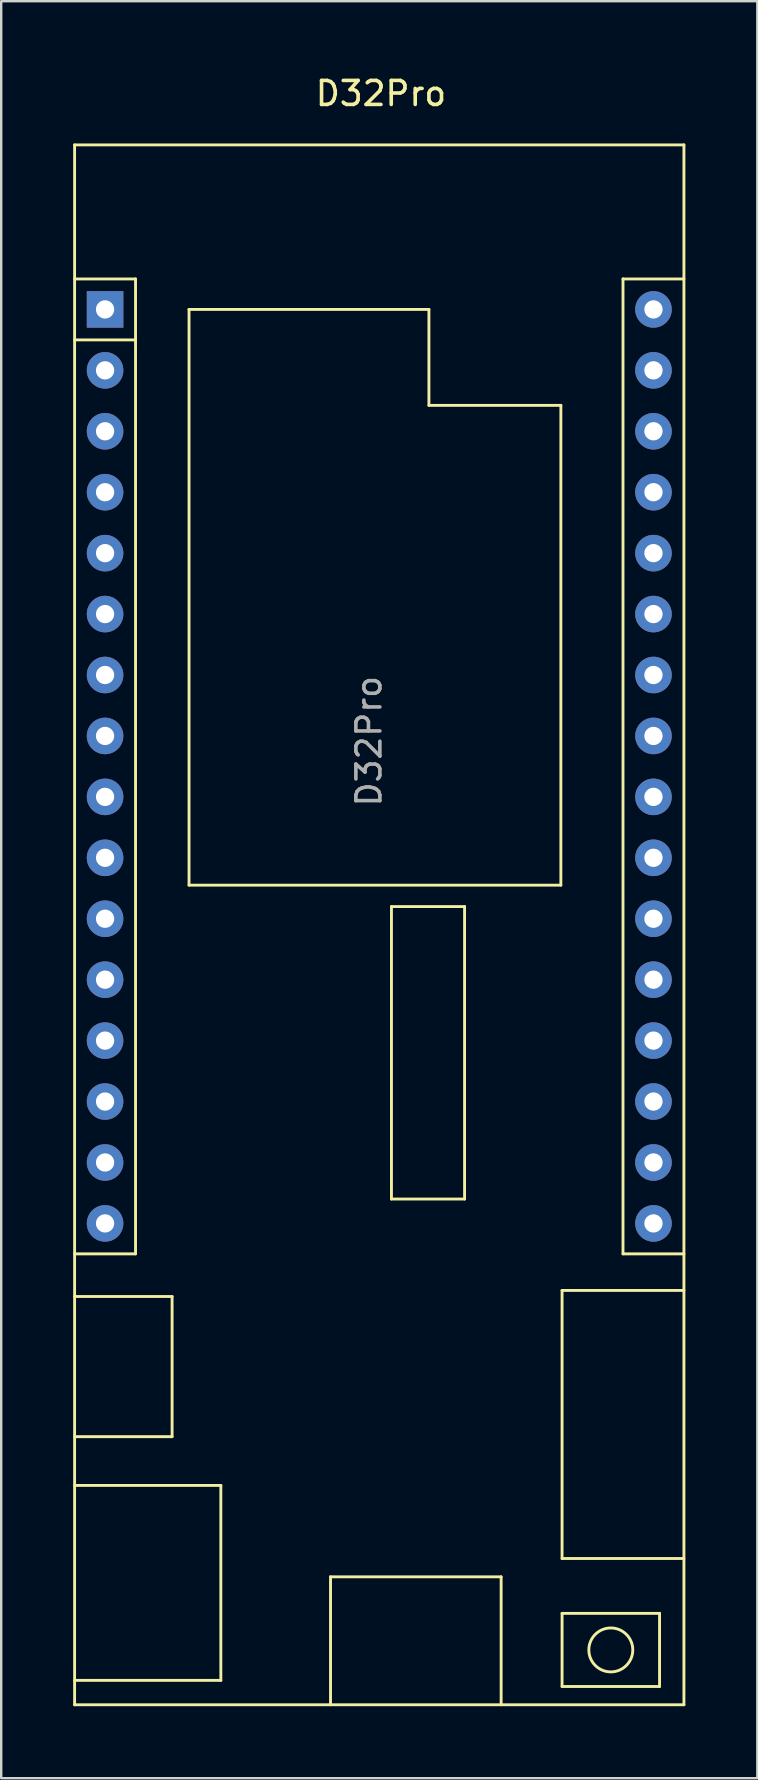
<source format=kicad_pcb>
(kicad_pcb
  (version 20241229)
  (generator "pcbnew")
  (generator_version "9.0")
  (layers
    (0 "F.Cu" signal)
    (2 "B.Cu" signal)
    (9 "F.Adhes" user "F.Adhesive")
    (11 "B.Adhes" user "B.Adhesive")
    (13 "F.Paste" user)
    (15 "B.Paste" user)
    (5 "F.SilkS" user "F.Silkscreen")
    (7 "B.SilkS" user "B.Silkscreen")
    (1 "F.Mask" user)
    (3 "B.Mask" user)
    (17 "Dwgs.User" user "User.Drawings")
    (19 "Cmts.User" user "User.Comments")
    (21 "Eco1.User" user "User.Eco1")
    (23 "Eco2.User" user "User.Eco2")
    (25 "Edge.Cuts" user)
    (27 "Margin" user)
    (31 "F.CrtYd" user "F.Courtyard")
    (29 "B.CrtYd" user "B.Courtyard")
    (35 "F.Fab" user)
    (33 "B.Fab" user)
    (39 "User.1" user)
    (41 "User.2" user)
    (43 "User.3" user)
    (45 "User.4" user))
  (footprint "D32Pro"
    (layer "F.Cu")
    (at 1.33 9.848)
    (property "Reference" "D32Pro" (at 11.5 -9 0) (layer "F.SilkS") (effects (font (size 1 1) (thickness 0.15))))
    (attr through_hole)
    (fp_line (start -1.27 -6.858) (end -1.27 58.166) (stroke (width 0.12) (type solid)) (layer "F.SilkS"))
    (fp_line (start -1.27 -6.858) (end 24.13 -6.858) (stroke (width 0.12) (type solid)) (layer "F.SilkS"))
    (fp_line (start -1.27 39.37) (end 1.27 39.37) (stroke (width 0.12) (type solid)) (layer "F.SilkS"))
    (fp_line (start -1.27 41.148) (end 2.794 41.148) (stroke (width 0.12) (type solid)) (layer "F.SilkS"))
    (fp_line (start -1.27 49.022) (end 4.826 49.022) (stroke (width 0.12) (type solid)) (layer "F.SilkS"))
    (fp_line (start -1.27 58.166) (end 24.13 58.166) (stroke (width 0.12) (type solid)) (layer "F.SilkS"))
    (fp_line (start 1.27 -1.27) (end -1.27 -1.27) (stroke (width 0.12) (type solid)) (layer "F.SilkS"))
    (fp_line (start 1.27 1.27) (end -1.27 1.27) (stroke (width 0.12) (type solid)) (layer "F.SilkS"))
    (fp_line (start 1.27 39.37) (end 1.27 -1.27) (stroke (width 0.12) (type solid)) (layer "F.SilkS"))
    (fp_line (start 2.794 41.148) (end 2.794 46.99) (stroke (width 0.12) (type solid)) (layer "F.SilkS"))
    (fp_line (start 2.794 46.99) (end -1.27 46.99) (stroke (width 0.12) (type solid)) (layer "F.SilkS"))
    (fp_line (start 3.5 0) (end 13.5 0) (stroke (width 0.12) (type solid)) (layer "F.SilkS"))
    (fp_line (start 3.5 24) (end 3.5 0) (stroke (width 0.12) (type solid)) (layer "F.SilkS"))
    (fp_line (start 4.826 49.022) (end 4.826 57.15) (stroke (width 0.12) (type solid)) (layer "F.SilkS"))
    (fp_line (start 4.826 57.15) (end -1.27 57.15) (stroke (width 0.12) (type solid)) (layer "F.SilkS"))
    (fp_line (start 9.398 52.832) (end 16.51 52.832) (stroke (width 0.12) (type solid)) (layer "F.SilkS"))
    (fp_line (start 9.398 58.166) (end 9.398 52.832) (stroke (width 0.12) (type solid)) (layer "F.SilkS"))
    (fp_line (start 11.938 24.892) (end 11.938 37.084) (stroke (width 0.12) (type solid)) (layer "F.SilkS"))
    (fp_line (start 11.938 37.084) (end 14.986 37.084) (stroke (width 0.12) (type solid)) (layer "F.SilkS"))
    (fp_line (start 13.5 0) (end 13.5 4) (stroke (width 0.12) (type solid)) (layer "F.SilkS"))
    (fp_line (start 13.5 4) (end 19 4) (stroke (width 0.12) (type solid)) (layer "F.SilkS"))
    (fp_line (start 14.986 24.892) (end 11.938 24.892) (stroke (width 0.12) (type solid)) (layer "F.SilkS"))
    (fp_line (start 14.986 37.084) (end 14.986 24.892) (stroke (width 0.12) (type solid)) (layer "F.SilkS"))
    (fp_line (start 16.51 52.832) (end 16.51 58.166) (stroke (width 0.12) (type solid)) (layer "F.SilkS"))
    (fp_line (start 19 4) (end 19 24) (stroke (width 0.12) (type solid)) (layer "F.SilkS"))
    (fp_line (start 19 24) (end 3.5 24) (stroke (width 0.12) (type solid)) (layer "F.SilkS"))
    (fp_line (start 19.05 40.894) (end 24.13 40.894) (stroke (width 0.12) (type solid)) (layer "F.SilkS"))
    (fp_line (start 19.05 52.07) (end 19.05 40.894) (stroke (width 0.12) (type solid)) (layer "F.SilkS"))
    (fp_line (start 19.05 54.356) (end 19.05 57.404) (stroke (width 0.12) (type solid)) (layer "F.SilkS"))
    (fp_line (start 19.05 57.404) (end 23.114 57.404) (stroke (width 0.12) (type solid)) (layer "F.SilkS"))
    (fp_line (start 21.59 -1.27) (end 24.13 -1.27) (stroke (width 0.12) (type solid)) (layer "F.SilkS"))
    (fp_line (start 21.59 39.37) (end 21.59 -1.27) (stroke (width 0.12) (type solid)) (layer "F.SilkS"))
    (fp_line (start 23.114 54.356) (end 19.05 54.356) (stroke (width 0.12) (type solid)) (layer "F.SilkS"))
    (fp_line (start 23.114 57.404) (end 23.114 54.356) (stroke (width 0.12) (type solid)) (layer "F.SilkS"))
    (fp_line (start 24.13 39.37) (end 21.59 39.37) (stroke (width 0.12) (type solid)) (layer "F.SilkS"))
    (fp_line (start 24.13 52.07) (end 19.05 52.07) (stroke (width 0.12) (type solid)) (layer "F.SilkS"))
    (fp_line (start 24.13 58.166) (end 24.13 -6.858) (stroke (width 0.12) (type solid)) (layer "F.SilkS"))
    (fp_circle (center 21.082 55.88) (end 21.59 55.118) (stroke (width 0.12) (type solid)) (fill no) (layer "F.SilkS"))
    (fp_circle (center 1.016 -4.572) (end 1.016 -6.096) (stroke (width 0.12) (type solid)) (fill no) (layer "Eco2.User"))
    (fp_circle (center 6.35 38.608) (end 6.35 37.084) (stroke (width 0.12) (type solid)) (fill no) (layer "Eco2.User"))
    (fp_circle (center 21.844 -4.572) (end 21.844 -6.096) (stroke (width 0.12) (type solid)) (fill no) (layer "Eco2.User"))
    (fp_text user "${REFERENCE}" (at 11 18 90) (layer "F.Fab") (effects (font (size 1 1) (thickness 0.15))))
    (pad "1" thru_hole rect (at 0 0) (size 1.524 1.524) (drill 0.762) (layers "*.Cu" "*.Mask"))
    (pad "2" thru_hole circle (at 0 2.54) (size 1.524 1.524) (drill 0.762) (layers "*.Cu" "*.Mask"))
    (pad "3" thru_hole circle (at 0 5.08) (size 1.524 1.524) (drill 0.762) (layers "*.Cu" "*.Mask"))
    (pad "4" thru_hole circle (at 0 7.62) (size 1.524 1.524) (drill 0.762) (layers "*.Cu" "*.Mask"))
    (pad "5" thru_hole circle (at 0 10.16) (size 1.524 1.524) (drill 0.762) (layers "*.Cu" "*.Mask"))
    (pad "6" thru_hole circle (at 0 12.7) (size 1.524 1.524) (drill 0.762) (layers "*.Cu" "*.Mask"))
    (pad "7" thru_hole circle (at 0 15.24) (size 1.524 1.524) (drill 0.762) (layers "*.Cu" "*.Mask"))
    (pad "8" thru_hole circle (at 0 17.78) (size 1.524 1.524) (drill 0.762) (layers "*.Cu" "*.Mask"))
    (pad "9" thru_hole circle (at 0 20.32) (size 1.524 1.524) (drill 0.762) (layers "*.Cu" "*.Mask"))
    (pad "10" thru_hole circle (at 0 22.86) (size 1.524 1.524) (drill 0.762) (layers "*.Cu" "*.Mask"))
    (pad "11" thru_hole circle (at 0 25.4) (size 1.524 1.524) (drill 0.762) (layers "*.Cu" "*.Mask"))
    (pad "12" thru_hole circle (at 0 27.94) (size 1.524 1.524) (drill 0.762) (layers "*.Cu" "*.Mask"))
    (pad "13" thru_hole circle (at 0 30.48) (size 1.524 1.524) (drill 0.762) (layers "*.Cu" "*.Mask"))
    (pad "14" thru_hole circle (at 0 33.02) (size 1.524 1.524) (drill 0.762) (layers "*.Cu" "*.Mask"))
    (pad "15" thru_hole circle (at 0 35.56) (size 1.524 1.524) (drill 0.762) (layers "*.Cu" "*.Mask"))
    (pad "16" thru_hole circle (at 0 38.1) (size 1.524 1.524) (drill 0.762) (layers "*.Cu" "*.Mask"))
    (pad "17" thru_hole circle (at 22.86 38.1) (size 1.524 1.524) (drill 0.762) (layers "*.Cu" "*.Mask"))
    (pad "18" thru_hole circle (at 22.86 35.56) (size 1.524 1.524) (drill 0.762) (layers "*.Cu" "*.Mask"))
    (pad "19" thru_hole circle (at 22.86 33.02) (size 1.524 1.524) (drill 0.762) (layers "*.Cu" "*.Mask"))
    (pad "20" thru_hole circle (at 22.86 30.48) (size 1.524 1.524) (drill 0.762) (layers "*.Cu" "*.Mask"))
    (pad "21" thru_hole circle (at 22.86 27.94) (size 1.524 1.524) (drill 0.762) (layers "*.Cu" "*.Mask"))
    (pad "22" thru_hole circle (at 22.86 25.4) (size 1.524 1.524) (drill 0.762) (layers "*.Cu" "*.Mask"))
    (pad "23" thru_hole circle (at 22.86 22.86) (size 1.524 1.524) (drill 0.762) (layers "*.Cu" "*.Mask"))
    (pad "24" thru_hole circle (at 22.86 20.32) (size 1.524 1.524) (drill 0.762) (layers "*.Cu" "*.Mask"))
    (pad "25" thru_hole circle (at 22.86 17.78) (size 1.524 1.524) (drill 0.762) (layers "*.Cu" "*.Mask"))
    (pad "26" thru_hole circle (at 22.86 15.24) (size 1.524 1.524) (drill 0.762) (layers "*.Cu" "*.Mask"))
    (pad "27" thru_hole circle (at 22.86 12.7) (size 1.524 1.524) (drill 0.762) (layers "*.Cu" "*.Mask"))
    (pad "28" thru_hole circle (at 22.86 10.16) (size 1.524 1.524) (drill 0.762) (layers "*.Cu" "*.Mask"))
    (pad "29" thru_hole circle (at 22.86 7.62) (size 1.524 1.524) (drill 0.762) (layers "*.Cu" "*.Mask"))
    (pad "30" thru_hole circle (at 22.86 5.08) (size 1.524 1.524) (drill 0.762) (layers "*.Cu" "*.Mask"))
    (pad "31" thru_hole circle (at 22.86 2.54) (size 1.524 1.524) (drill 0.762) (layers "*.Cu" "*.Mask"))
    (pad "32" thru_hole circle (at 22.86 0) (size 1.524 1.524) (drill 0.762) (layers "*.Cu" "*.Mask")))
  (gr_rect
    (start -3 -3)
    (end 28.52 71.074)
    (stroke (width 0.1) (type default))
    (fill no)
    (layer "Edge.Cuts")))
</source>
